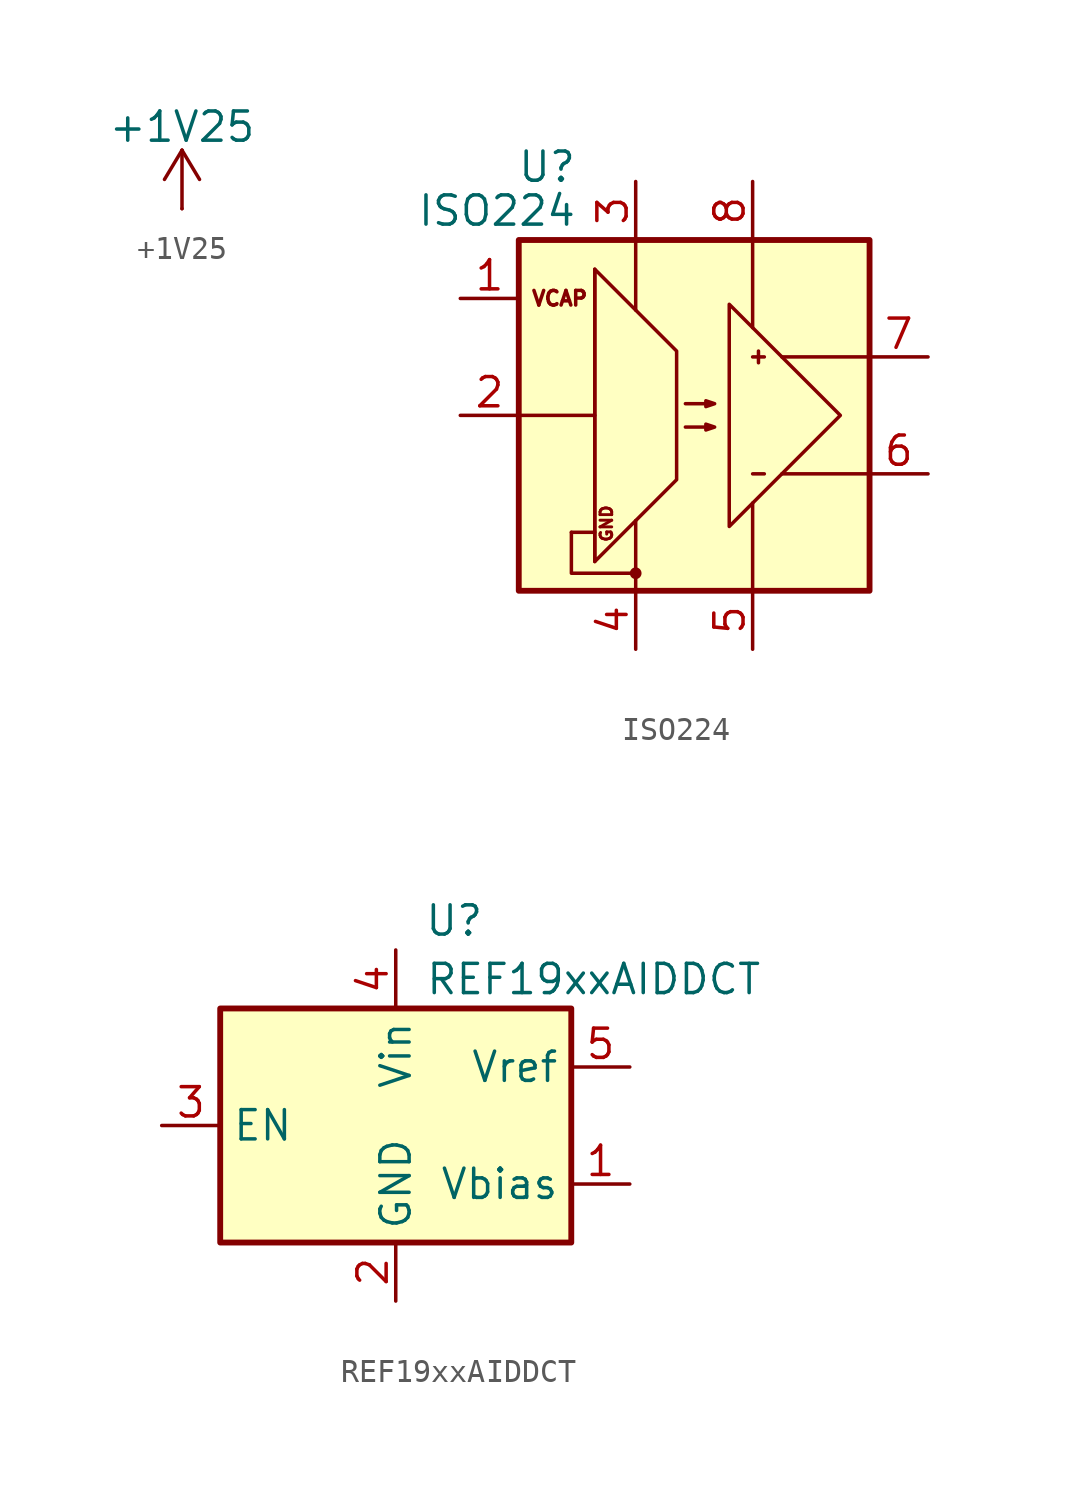
<source format=kicad_sym>
(kicad_symbol_lib
  (version 20231120)
  (generator "kicad_symbol_editor")
  (generator_version "8.0")
  (symbol "+1V25"
    (power)
    (pin_numbers hide)
    (pin_names
      (offset 0) hide)
    (property "Reference" "#PWR"
      (at 0 -3.81 0)
      (effects (font (size 1.27 1.27)) (hide yes)))
    (property "Value" "+1V25"
      (at 0 3.556 0)
      (effects (font (size 1.27 1.27))))
    (symbol "+1V25_0_1"
      (polyline (pts (xy -0.762 1.27) (xy 0 2.54)) (stroke (width 0) (type default)) (fill (type none)))
      (polyline (pts (xy 0 0) (xy 0 2.54)) (stroke (width 0) (type default)) (fill (type none)))
      (polyline (pts (xy 0 2.54) (xy 0.762 1.27)) (stroke (width 0) (type default)) (fill (type none))))
    (symbol "+1V25_1_1"
      (pin power_in line (at 0 0 90) (length 0) (name "~" (effects (font (size 1.27 1.27)))) (number "1" (effects (font (size 1.27 1.27)))))))
  (symbol "ISO224"
    (pin_names
      (offset 0) hide)
    (property "Reference" "U"
      (at -5.08 10.795 0)
      (effects (font (size 1.27 1.27)) (justify right)))
    (property "Value" "ISO224"
      (at -5.08 8.89 0)
      (effects (font (size 1.27 1.27)) (justify right)))
    (symbol "ISO224_0_0"
      (circle (center -2.54 -6.858) (radius 0.178) (stroke (width 0) (type default)) (fill (type outline)))
      (polyline (pts (xy -7.62 0) (xy -4.318 0)) (stroke (width 0) (type default)) (fill (type none)))
      (polyline (pts (xy -4.318 -5.08) (xy -5.334 -5.08)) (stroke (width 0) (type default)) (fill (type none)))
      (polyline (pts (xy -5.334 -5.08) (xy -5.334 -6.858) (xy -2.54 -6.858)) (stroke (width 0) (type default)) (fill (type none)))
      (text "GND" (at -3.81 -4.699 900) (effects (font (size 0.508 0.508)))))
    (symbol "ISO224_0_1"
      (rectangle (start -7.62 7.62) (end 7.62 -7.62) (stroke (width 0.254) (type default)) (fill (type background)))
      (polyline (pts (xy -4.318 6.35) (xy -4.318 -6.35)) (stroke (width 0) (type default)) (fill (type none)))
      (polyline (pts (xy -2.54 -7.62) (xy -2.54 -4.572)) (stroke (width 0) (type default)) (fill (type none)))
      (polyline (pts (xy -2.54 7.62) (xy -2.54 4.572)) (stroke (width 0) (type default)) (fill (type none)))
      (polyline (pts (xy 2.54 -7.62) (xy 2.54 -3.81)) (stroke (width 0) (type default)) (fill (type none)))
      (polyline (pts (xy 2.54 7.62) (xy 2.54 3.81)) (stroke (width 0) (type default)) (fill (type none)))
      (polyline (pts (xy 2.794 2.794) (xy 2.794 2.286)) (stroke (width 0) (type default)) (fill (type none)))
      (polyline (pts (xy 3.048 -2.54) (xy 2.54 -2.54)) (stroke (width 0) (type default)) (fill (type none)))
      (polyline (pts (xy 3.048 2.54) (xy 2.54 2.54)) (stroke (width 0) (type default)) (fill (type none)))
      (polyline (pts (xy 7.62 -2.54) (xy 3.81 -2.54)) (stroke (width 0) (type default)) (fill (type none)))
      (polyline (pts (xy 7.62 2.54) (xy 3.81 2.54)) (stroke (width 0) (type default)) (fill (type none)))
      (polyline (pts (xy 6.35 0) (xy 1.524 -4.826) (xy 1.524 4.826) (xy 6.35 0)) (stroke (width 0) (type default)) (fill (type none)))
      (polyline (pts (xy -4.318 -6.35) (xy -0.762 -2.794) (xy -0.762 2.794) (xy -4.318 6.35) (xy -4.318 -6.35)) (stroke (width 0) (type default)) (fill (type none)))
      (polyline (pts (xy -0.381 -0.508) (xy 0.889 -0.508) (xy 0.508 -0.635) (xy 0.508 -0.381) (xy 0.889 -0.508)) (stroke (width 0) (type default)) (fill (type none)))
      (polyline (pts (xy -0.381 0.508) (xy 0.889 0.508) (xy 0.508 0.381) (xy 0.508 0.635) (xy 0.889 0.508)) (stroke (width 0) (type default)) (fill (type none))))
    (symbol "ISO224_1_1"
      (text "VCAP" (at -5.842 5.08 0) (effects (font (size 0.635 0.635))))
      (pin input line (at -10.16 5.08 0) (length 2.54) (name "VCP" (effects (font (size 1.27 1.27)))) (number "1" (effects (font (size 1.27 1.27)))))
      (pin input line (at -10.16 0 0) (length 2.54) (name "IN" (effects (font (size 1.27 1.27)))) (number "2" (effects (font (size 1.27 1.27)))))
      (pin power_in line (at -2.54 10.16 270) (length 2.54) (name "VDD1" (effects (font (size 1.27 1.27)))) (number "3" (effects (font (size 1.27 1.27)))))
      (pin power_in line (at -2.54 -10.16 90) (length 2.54) (name "GND1" (effects (font (size 1.27 1.27)))) (number "4" (effects (font (size 1.27 1.27)))))
      (pin power_in line (at 2.54 -10.16 90) (length 2.54) (name "GND2" (effects (font (size 1.27 1.27)))) (number "5" (effects (font (size 1.27 1.27)))))
      (pin output line (at 10.16 -2.54 180) (length 2.54) (name "OUT-" (effects (font (size 1.27 1.27)))) (number "6" (effects (font (size 1.27 1.27)))))
      (pin output line (at 10.16 2.54 180) (length 2.54) (name "OUT+" (effects (font (size 1.27 1.27)))) (number "7" (effects (font (size 1.27 1.27)))))
      (pin power_in line (at 2.54 10.16 270) (length 2.54) (name "VDD2" (effects (font (size 1.27 1.27)))) (number "8" (effects (font (size 1.27 1.27)))))))
  (symbol "REF19xxAIDDCT"
    (property "Reference" "U"
      (at 2.54 8.89 0)
      (effects (font (size 1.27 1.27))))
    (property "Value" "REF19xxAIDDCT"
      (at 1.27 6.35 0)
      (effects (font (size 1.27 1.27)) (justify left)))
    (symbol "REF19xxAIDDCT_0_1"
      (rectangle (start -7.62 5.08) (end 7.62 -5.08) (stroke (width 0.254) (type default)) (fill (type background))))
    (symbol "REF19xxAIDDCT_1_1"
      (pin power_out line (at 10.16 -2.54 180) (length 2.54) (name "Vbias" (effects (font (size 1.27 1.27)))) (number "1" (effects (font (size 1.27 1.27)))))
      (pin power_in line (at 0 -7.62 90) (length 2.54) (name "GND" (effects (font (size 1.27 1.27)))) (number "2" (effects (font (size 1.27 1.27)))))
      (pin input line (at -10.16 0 0) (length 2.54) (name "EN" (effects (font (size 1.27 1.27)))) (number "3" (effects (font (size 1.27 1.27)))))
      (pin power_in line (at 0 7.62 270) (length 2.54) (name "Vin" (effects (font (size 1.27 1.27)))) (number "4" (effects (font (size 1.27 1.27)))))
      (pin power_out line (at 10.16 2.54 180) (length 2.54) (name "Vref" (effects (font (size 1.27 1.27)))) (number "5" (effects (font (size 1.27 1.27))))))))
</source>
